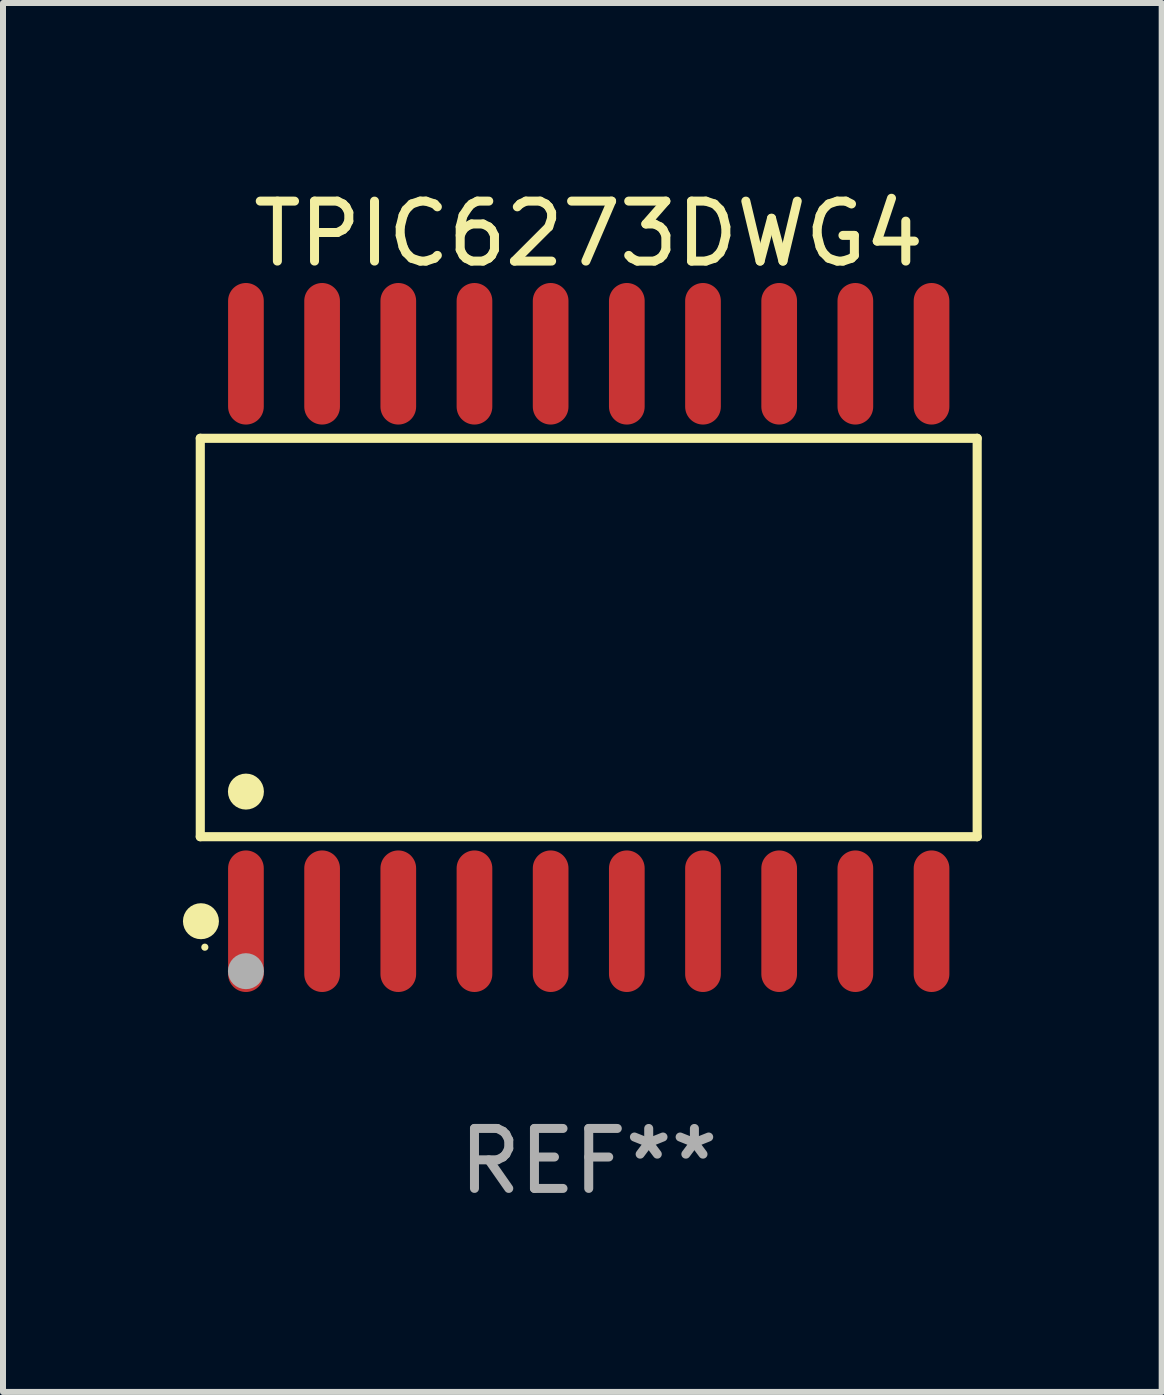
<source format=kicad_pcb>
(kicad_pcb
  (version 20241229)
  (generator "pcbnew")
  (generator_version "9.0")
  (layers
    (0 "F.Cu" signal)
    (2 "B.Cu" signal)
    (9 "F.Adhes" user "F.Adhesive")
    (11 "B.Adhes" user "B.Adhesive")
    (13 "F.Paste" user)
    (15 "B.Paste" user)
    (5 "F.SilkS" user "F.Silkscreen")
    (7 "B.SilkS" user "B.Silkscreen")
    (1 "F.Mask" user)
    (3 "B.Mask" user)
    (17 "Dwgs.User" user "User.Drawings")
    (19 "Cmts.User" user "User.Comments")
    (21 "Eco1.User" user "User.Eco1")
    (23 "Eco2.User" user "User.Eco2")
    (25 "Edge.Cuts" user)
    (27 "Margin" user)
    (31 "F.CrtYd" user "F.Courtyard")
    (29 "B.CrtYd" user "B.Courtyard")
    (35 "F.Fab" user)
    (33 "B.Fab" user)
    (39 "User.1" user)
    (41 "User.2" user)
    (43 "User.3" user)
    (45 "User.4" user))
  (footprint "TPIC6273DWG4"
    (layer "F.Cu")
    (at 6.765 7.578)
    (property "Reference" "TPIC6273DWG4" (at 0 -6.73 0) (layer "F.SilkS") (effects (font (size 1 1) (thickness 0.15))))
    (attr through_hole)
    (fp_line (start -6.476 -3.321) (end 6.476 -3.321) (stroke (width 0.152) (type solid)) (layer "F.SilkS"))
    (fp_line (start -6.476 3.321) (end -6.476 -3.321) (stroke (width 0.152) (type solid)) (layer "F.SilkS"))
    (fp_line (start 6.476 -3.321) (end 6.476 3.321) (stroke (width 0.152) (type solid)) (layer "F.SilkS"))
    (fp_line (start 6.476 3.321) (end -6.476 3.321) (stroke (width 0.152) (type solid)) (layer "F.SilkS"))
    (fp_circle (center -6.465 4.73) (end -6.315 4.73) (stroke (width 0.3) (type solid)) (fill no) (layer "F.SilkS"))
    (fp_circle (center -6.4 5.163) (end -6.37 5.163) (stroke (width 0.06) (type solid)) (fill no) (layer "F.SilkS"))
    (fp_circle (center -5.715 2.569) (end -5.565 2.569) (stroke (width 0.3) (type solid)) (fill no) (layer "F.SilkS"))
    (fp_circle (center -5.715 5.563) (end -5.565 5.563) (stroke (width 0.3) (type solid)) (fill no) (layer "F.Fab"))
    (fp_text user "REF**" (at 0 8.73 0) (layer "F.Fab") (effects (font (size 1 1) (thickness 0.15))))
    (pad "1" smd oval (at -5.715 4.73) (size 0.595 2.36) (layers "F.Cu" "F.Mask" "F.Paste"))
    (pad "2" smd oval (at -4.445 4.73) (size 0.595 2.36) (layers "F.Cu" "F.Mask" "F.Paste"))
    (pad "3" smd oval (at -3.175 4.73) (size 0.595 2.36) (layers "F.Cu" "F.Mask" "F.Paste"))
    (pad "4" smd oval (at -1.905 4.73) (size 0.595 2.36) (layers "F.Cu" "F.Mask" "F.Paste"))
    (pad "5" smd oval (at -0.635 4.73) (size 0.595 2.36) (layers "F.Cu" "F.Mask" "F.Paste"))
    (pad "6" smd oval (at 0.635 4.73) (size 0.595 2.36) (layers "F.Cu" "F.Mask" "F.Paste"))
    (pad "7" smd oval (at 1.905 4.73) (size 0.595 2.36) (layers "F.Cu" "F.Mask" "F.Paste"))
    (pad "8" smd oval (at 3.175 4.73) (size 0.595 2.36) (layers "F.Cu" "F.Mask" "F.Paste"))
    (pad "9" smd oval (at 4.445 4.73) (size 0.595 2.36) (layers "F.Cu" "F.Mask" "F.Paste"))
    (pad "10" smd oval (at 5.715 4.73) (size 0.595 2.36) (layers "F.Cu" "F.Mask" "F.Paste"))
    (pad "11" smd oval (at 5.715 -4.73) (size 0.595 2.36) (layers "F.Cu" "F.Mask" "F.Paste"))
    (pad "12" smd oval (at 4.445 -4.73) (size 0.595 2.36) (layers "F.Cu" "F.Mask" "F.Paste"))
    (pad "13" smd oval (at 3.175 -4.73) (size 0.595 2.36) (layers "F.Cu" "F.Mask" "F.Paste"))
    (pad "14" smd oval (at 1.905 -4.73) (size 0.595 2.36) (layers "F.Cu" "F.Mask" "F.Paste"))
    (pad "15" smd oval (at 0.635 -4.73) (size 0.595 2.36) (layers "F.Cu" "F.Mask" "F.Paste"))
    (pad "16" smd oval (at -0.635 -4.73) (size 0.595 2.36) (layers "F.Cu" "F.Mask" "F.Paste"))
    (pad "17" smd oval (at -1.905 -4.73) (size 0.595 2.36) (layers "F.Cu" "F.Mask" "F.Paste"))
    (pad "18" smd oval (at -3.175 -4.73) (size 0.595 2.36) (layers "F.Cu" "F.Mask" "F.Paste"))
    (pad "19" smd oval (at -4.445 -4.73) (size 0.595 2.36) (layers "F.Cu" "F.Mask" "F.Paste"))
    (pad "20" smd oval (at -5.715 -4.73) (size 0.595 2.36) (layers "F.Cu" "F.Mask" "F.Paste")))
  (gr_rect
    (start -3 -3)
    (end 16.317 20.156)
    (stroke (width 0.1) (type default))
    (fill no)
    (layer "Edge.Cuts")))
</source>
